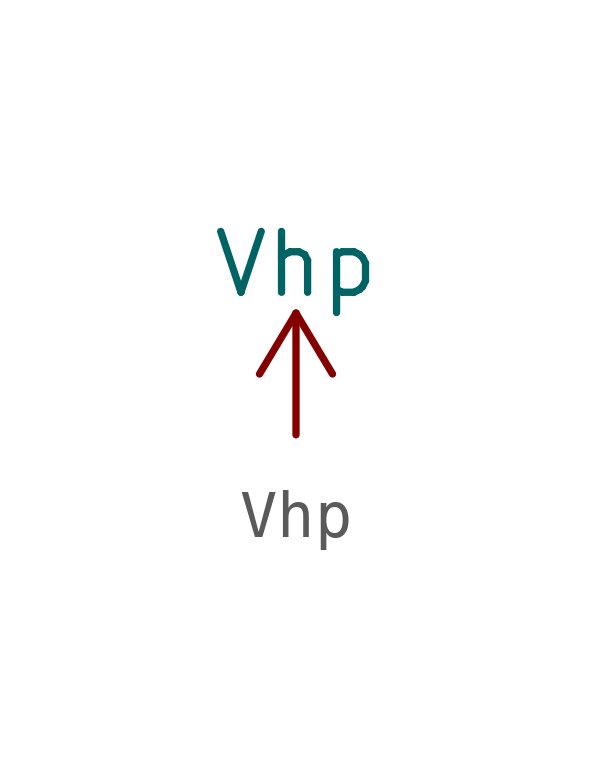
<source format=kicad_sym>
(kicad_symbol_lib
  (version 20211014)
  (generator kicad_symbol_editor)
  (symbol "Vhp"
    (power)
    (pin_names
      (offset 0))
    (property "Reference" "#PWR"
      (at 0 -3.81 0)
      (effects (font (size 1.27 1.27)) hide))
    (property "Value" "Vhp"
      (at 0 3.556 0)
      (effects (font (size 1.27 1.27))))
    (symbol "Vhp_0_1"
      (polyline (pts (xy -0.762 1.27) (xy 0 2.54)) (stroke (width 0) (type default) (color 0 0 0 0)) (fill (type none)))
      (polyline (pts (xy 0 0) (xy 0 2.54)) (stroke (width 0) (type default) (color 0 0 0 0)) (fill (type none)))
      (polyline (pts (xy 0 2.54) (xy 0.762 1.27)) (stroke (width 0) (type default) (color 0 0 0 0)) (fill (type none))))
    (symbol "Vhp_1_1"
      (pin power_in line (at 0 0 90) (length 0) hide (name "+1V8" (effects (font (size 1.27 1.27)))) (number "1" (effects (font (size 1.27 1.27))))))))
</source>
